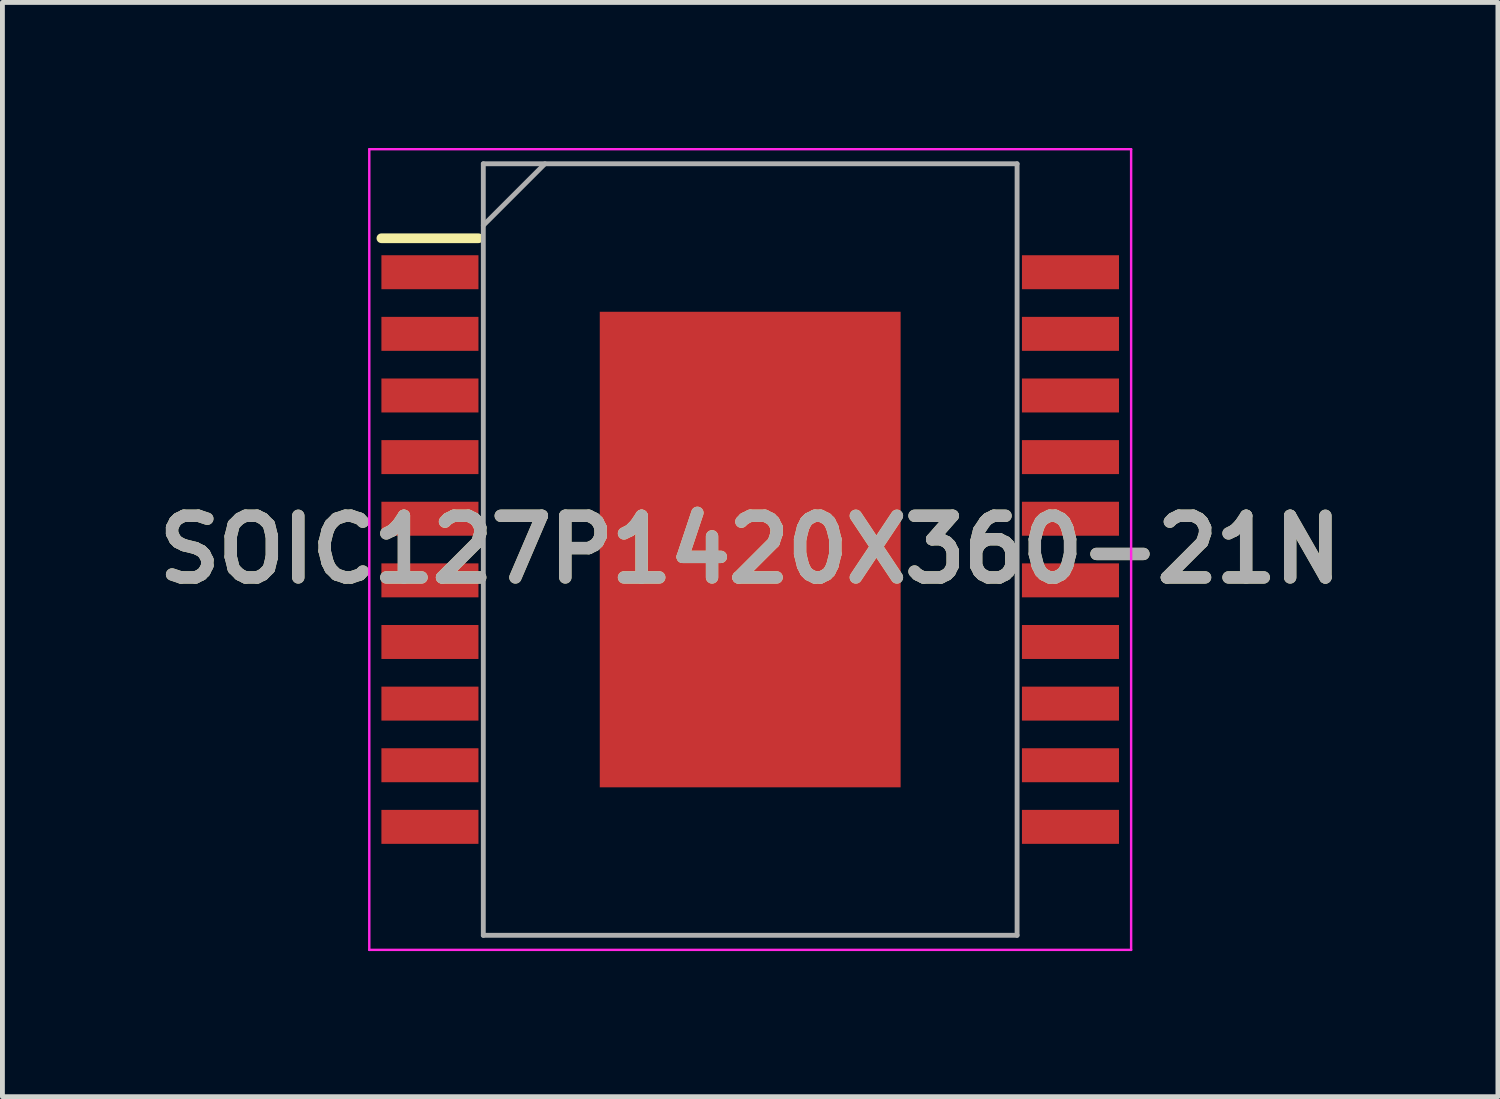
<source format=kicad_pcb>
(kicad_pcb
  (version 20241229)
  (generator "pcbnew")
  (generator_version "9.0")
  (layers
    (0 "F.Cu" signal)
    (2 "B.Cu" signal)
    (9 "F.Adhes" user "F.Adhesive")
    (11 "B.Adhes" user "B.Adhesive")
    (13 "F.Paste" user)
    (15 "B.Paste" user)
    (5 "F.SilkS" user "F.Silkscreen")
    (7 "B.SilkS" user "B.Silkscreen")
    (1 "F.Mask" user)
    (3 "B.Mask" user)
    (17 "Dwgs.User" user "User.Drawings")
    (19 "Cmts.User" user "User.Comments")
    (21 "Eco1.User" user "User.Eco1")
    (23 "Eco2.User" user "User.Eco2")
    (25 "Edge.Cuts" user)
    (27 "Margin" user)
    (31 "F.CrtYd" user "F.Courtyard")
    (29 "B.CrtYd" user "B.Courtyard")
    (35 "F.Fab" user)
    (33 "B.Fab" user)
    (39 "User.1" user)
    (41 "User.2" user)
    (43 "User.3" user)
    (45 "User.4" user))
  (footprint "SOIC127P1420X360-21N"
    (layer "F.Cu")
    (at 12.41 8.275)
    (property "Reference" "SOIC127P1420X360-21N" (at 0 0 0) (layer "F.SilkS") (effects (font (size 1.27 1.27) (thickness 0.254))))
    (attr smd)
    (fp_line (start -7.6 -6.415) (end -5.6 -6.415) (stroke (width 0.2) (type solid)) (layer "F.SilkS"))
    (fp_line (start -7.85 -8.25) (end 7.85 -8.25) (stroke (width 0.05) (type solid)) (layer "F.CrtYd"))
    (fp_line (start -7.85 8.25) (end -7.85 -8.25) (stroke (width 0.05) (type solid)) (layer "F.CrtYd"))
    (fp_line (start 7.85 -8.25) (end 7.85 8.25) (stroke (width 0.05) (type solid)) (layer "F.CrtYd"))
    (fp_line (start 7.85 8.25) (end -7.85 8.25) (stroke (width 0.05) (type solid)) (layer "F.CrtYd"))
    (fp_line (start -5.5 -7.95) (end 5.5 -7.95) (stroke (width 0.1) (type solid)) (layer "F.Fab"))
    (fp_line (start -5.5 -6.68) (end -4.23 -7.95) (stroke (width 0.1) (type solid)) (layer "F.Fab"))
    (fp_line (start -5.5 7.95) (end -5.5 -7.95) (stroke (width 0.1) (type solid)) (layer "F.Fab"))
    (fp_line (start 5.5 -7.95) (end 5.5 7.95) (stroke (width 0.1) (type solid)) (layer "F.Fab"))
    (fp_line (start 5.5 7.95) (end -5.5 7.95) (stroke (width 0.1) (type solid)) (layer "F.Fab"))
    (fp_text user "${REFERENCE}" (at 0 0 0) (layer "F.Fab") (effects (font (size 1.27 1.27) (thickness 0.254))))
    (pad "1" smd rect (at -6.6 -5.715 90) (size 0.7 2) (layers "F.Cu" "F.Mask" "F.Paste"))
    (pad "2" smd rect (at -6.6 -4.445 90) (size 0.7 2) (layers "F.Cu" "F.Mask" "F.Paste"))
    (pad "3" smd rect (at -6.6 -3.175 90) (size 0.7 2) (layers "F.Cu" "F.Mask" "F.Paste"))
    (pad "4" smd rect (at -6.6 -1.905 90) (size 0.7 2) (layers "F.Cu" "F.Mask" "F.Paste"))
    (pad "5" smd rect (at -6.6 -0.635 90) (size 0.7 2) (layers "F.Cu" "F.Mask" "F.Paste"))
    (pad "6" smd rect (at -6.6 0.635 90) (size 0.7 2) (layers "F.Cu" "F.Mask" "F.Paste"))
    (pad "7" smd rect (at -6.6 1.905 90) (size 0.7 2) (layers "F.Cu" "F.Mask" "F.Paste"))
    (pad "8" smd rect (at -6.6 3.175 90) (size 0.7 2) (layers "F.Cu" "F.Mask" "F.Paste"))
    (pad "9" smd rect (at -6.6 4.445 90) (size 0.7 2) (layers "F.Cu" "F.Mask" "F.Paste"))
    (pad "10" smd rect (at -6.6 5.715 90) (size 0.7 2) (layers "F.Cu" "F.Mask" "F.Paste"))
    (pad "11" smd rect (at 6.6 5.715 90) (size 0.7 2) (layers "F.Cu" "F.Mask" "F.Paste"))
    (pad "12" smd rect (at 6.6 4.445 90) (size 0.7 2) (layers "F.Cu" "F.Mask" "F.Paste"))
    (pad "13" smd rect (at 6.6 3.175 90) (size 0.7 2) (layers "F.Cu" "F.Mask" "F.Paste"))
    (pad "14" smd rect (at 6.6 1.905 90) (size 0.7 2) (layers "F.Cu" "F.Mask" "F.Paste"))
    (pad "15" smd rect (at 6.6 0.635 90) (size 0.7 2) (layers "F.Cu" "F.Mask" "F.Paste"))
    (pad "16" smd rect (at 6.6 -0.635 90) (size 0.7 2) (layers "F.Cu" "F.Mask" "F.Paste"))
    (pad "17" smd rect (at 6.6 -1.905 90) (size 0.7 2) (layers "F.Cu" "F.Mask" "F.Paste"))
    (pad "18" smd rect (at 6.6 -3.175 90) (size 0.7 2) (layers "F.Cu" "F.Mask" "F.Paste"))
    (pad "19" smd rect (at 6.6 -4.445 90) (size 0.7 2) (layers "F.Cu" "F.Mask" "F.Paste"))
    (pad "20" smd rect (at 6.6 -5.715 90) (size 0.7 2) (layers "F.Cu" "F.Mask" "F.Paste"))
    (pad "21" smd rect (at 0 0) (size 6.2 9.8) (layers "F.Cu" "F.Mask" "F.Paste")))
  (gr_rect
    (start -3 -3)
    (end 27.819 19.55)
    (stroke (width 0.1) (type default))
    (fill no)
    (layer "Edge.Cuts")))
</source>
